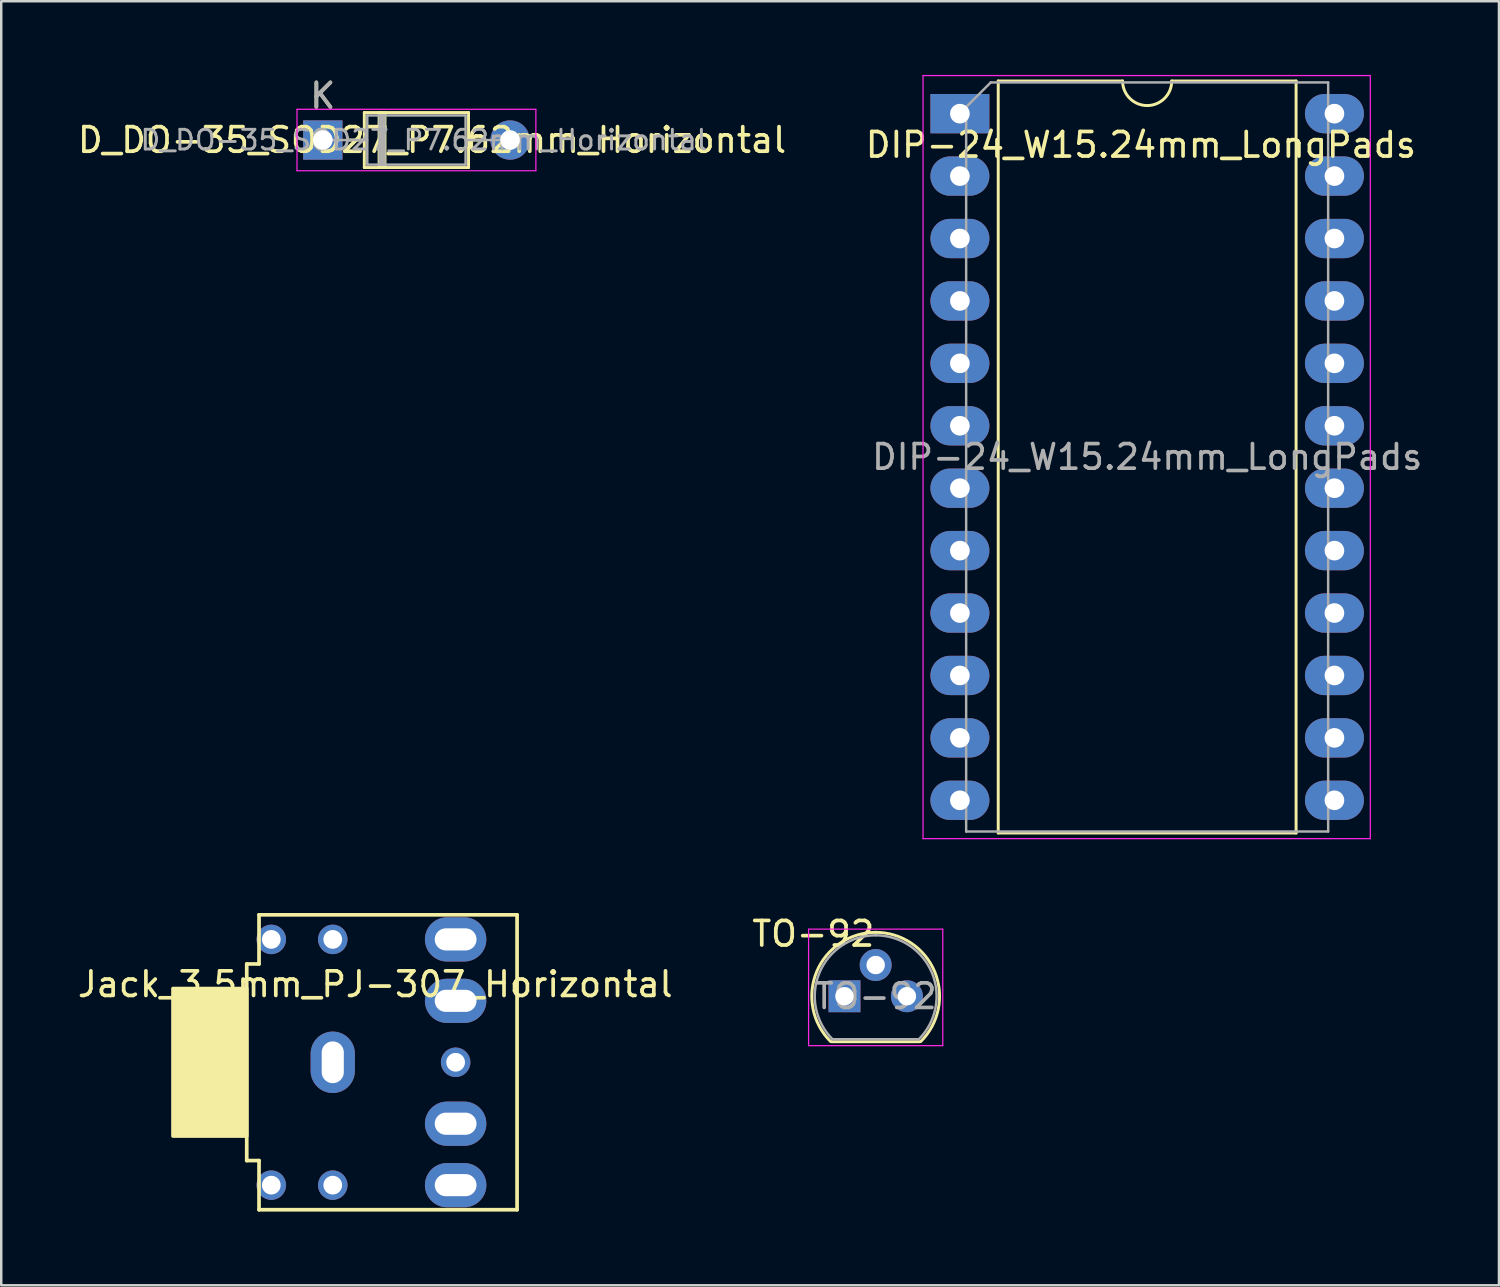
<source format=kicad_pcb>
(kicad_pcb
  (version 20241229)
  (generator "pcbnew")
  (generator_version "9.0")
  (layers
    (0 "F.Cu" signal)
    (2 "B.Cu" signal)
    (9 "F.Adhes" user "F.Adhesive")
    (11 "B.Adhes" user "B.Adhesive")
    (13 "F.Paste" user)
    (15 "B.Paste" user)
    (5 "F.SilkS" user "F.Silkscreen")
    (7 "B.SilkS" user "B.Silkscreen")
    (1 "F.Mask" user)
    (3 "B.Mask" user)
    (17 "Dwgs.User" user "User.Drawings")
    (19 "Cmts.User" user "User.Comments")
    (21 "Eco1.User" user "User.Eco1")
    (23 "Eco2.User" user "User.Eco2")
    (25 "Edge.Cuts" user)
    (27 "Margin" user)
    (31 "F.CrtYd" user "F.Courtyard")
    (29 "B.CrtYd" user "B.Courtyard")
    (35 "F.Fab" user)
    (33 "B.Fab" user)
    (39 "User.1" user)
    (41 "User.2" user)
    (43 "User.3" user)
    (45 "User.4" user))
  (footprint "TO-92"
    (layer "F.Cu")
    (at 31.312 37.488)
    (property "Reference" "TO-92" (at -1.27 -2.54 0) (layer "F.SilkS") (effects (font (size 1 1) (thickness 0.15))))
    (attr through_hole)
    (fp_line (start -0.53 1.85) (end 3.07 1.85) (stroke (width 0.12) (type solid)) (layer "F.SilkS"))
    (fp_arc (start -0.568478 1.838478) (mid -1.132087 -0.994977) (end 1.27 -2.6) (stroke (width 0.12) (type solid)) (layer "F.SilkS"))
    (fp_arc (start 1.27 -2.6) (mid 3.672087 -0.994977) (end 3.108478 1.838478) (stroke (width 0.12) (type solid)) (layer "F.SilkS"))
    (fp_line (start -1.46 -2.73) (end -1.46 2.01) (stroke (width 0.05) (type solid)) (layer "F.CrtYd"))
    (fp_line (start -1.46 -2.73) (end 4 -2.73) (stroke (width 0.05) (type solid)) (layer "F.CrtYd"))
    (fp_line (start 4 2.01) (end -1.46 2.01) (stroke (width 0.05) (type solid)) (layer "F.CrtYd"))
    (fp_line (start 4 2.01) (end 4 -2.73) (stroke (width 0.05) (type solid)) (layer "F.CrtYd"))
    (fp_line (start -0.5 1.75) (end 3 1.75) (stroke (width 0.1) (type solid)) (layer "F.Fab"))
    (fp_arc (start -0.483625 1.753625) (mid -1.021221 -0.949055) (end 1.27 -2.48) (stroke (width 0.1) (type solid)) (layer "F.Fab"))
    (fp_arc (start 1.27 -2.48) (mid 3.561221 -0.949055) (end 3.023625 1.753625) (stroke (width 0.1) (type solid)) (layer "F.Fab"))
    (fp_text user "${REFERENCE}" (at 1.27 0 0) (layer "F.Fab") (effects (font (size 1 1) (thickness 0.15))))
    (pad "1" thru_hole rect (at 0 0) (size 1.3 1.3) (drill 0.75) (layers "*.Cu" "*.Mask"))
    (pad "2" thru_hole circle (at 1.27 -1.27) (size 1.3 1.3) (drill 0.75) (layers "*.Cu" "*.Mask"))
    (pad "3" thru_hole circle (at 2.54 0) (size 1.3 1.3) (drill 0.75) (layers "*.Cu" "*.Mask")))
  (footprint "DIP-24_W15.24mm_LongPads"
    (placed yes)
    (layer "F.Cu")
    (at 36.009 1.575)
    (property "Reference" "DIP-24_W15.24mm_LongPads" (at 7.366 1.27 0) (layer "F.SilkS") (effects (font (size 1 1) (thickness 0.15))))
    (attr through_hole)
    (fp_line (start 1.56 -1.33) (end 1.56 29.27) (stroke (width 0.12) (type solid)) (layer "F.SilkS"))
    (fp_line (start 1.56 29.27) (end 13.68 29.27) (stroke (width 0.12) (type solid)) (layer "F.SilkS"))
    (fp_line (start 6.62 -1.33) (end 1.56 -1.33) (stroke (width 0.12) (type solid)) (layer "F.SilkS"))
    (fp_line (start 13.68 -1.33) (end 8.62 -1.33) (stroke (width 0.12) (type solid)) (layer "F.SilkS"))
    (fp_line (start 13.68 29.27) (end 13.68 -1.33) (stroke (width 0.12) (type solid)) (layer "F.SilkS"))
    (fp_arc (start 8.62 -1.33) (mid 7.62 -0.33) (end 6.62 -1.33) (stroke (width 0.12) (type solid)) (layer "F.SilkS"))
    (fp_line (start -1.5 -1.55) (end -1.5 29.5) (stroke (width 0.05) (type solid)) (layer "F.CrtYd"))
    (fp_line (start -1.5 29.5) (end 16.7 29.5) (stroke (width 0.05) (type solid)) (layer "F.CrtYd"))
    (fp_line (start 16.7 -1.55) (end -1.5 -1.55) (stroke (width 0.05) (type solid)) (layer "F.CrtYd"))
    (fp_line (start 16.7 29.5) (end 16.7 -1.55) (stroke (width 0.05) (type solid)) (layer "F.CrtYd"))
    (fp_line (start 0.255 -0.27) (end 1.255 -1.27) (stroke (width 0.1) (type solid)) (layer "F.Fab"))
    (fp_line (start 0.255 29.21) (end 0.255 -0.27) (stroke (width 0.1) (type solid)) (layer "F.Fab"))
    (fp_line (start 1.255 -1.27) (end 14.985 -1.27) (stroke (width 0.1) (type solid)) (layer "F.Fab"))
    (fp_line (start 14.985 -1.27) (end 14.985 29.21) (stroke (width 0.1) (type solid)) (layer "F.Fab"))
    (fp_line (start 14.985 29.21) (end 0.255 29.21) (stroke (width 0.1) (type solid)) (layer "F.Fab"))
    (fp_text user "${REFERENCE}" (at 7.62 13.97 0) (layer "F.Fab") (effects (font (size 1 1) (thickness 0.15))))
    (pad "1" thru_hole rect (at 0 0) (size 2.4 1.6) (drill 0.8) (layers "*.Cu" "*.Mask"))
    (pad "2" thru_hole oval (at 0 2.54) (size 2.4 1.6) (drill 0.8) (layers "*.Cu" "*.Mask"))
    (pad "3" thru_hole oval (at 0 5.08) (size 2.4 1.6) (drill 0.8) (layers "*.Cu" "*.Mask"))
    (pad "4" thru_hole oval (at 0 7.62) (size 2.4 1.6) (drill 0.8) (layers "*.Cu" "*.Mask"))
    (pad "5" thru_hole oval (at 0 10.16) (size 2.4 1.6) (drill 0.8) (layers "*.Cu" "*.Mask"))
    (pad "6" thru_hole oval (at 0 12.7) (size 2.4 1.6) (drill 0.8) (layers "*.Cu" "*.Mask"))
    (pad "7" thru_hole oval (at 0 15.24) (size 2.4 1.6) (drill 0.8) (layers "*.Cu" "*.Mask"))
    (pad "8" thru_hole oval (at 0 17.78) (size 2.4 1.6) (drill 0.8) (layers "*.Cu" "*.Mask"))
    (pad "9" thru_hole oval (at 0 20.32) (size 2.4 1.6) (drill 0.8) (layers "*.Cu" "*.Mask"))
    (pad "10" thru_hole oval (at 0 22.86) (size 2.4 1.6) (drill 0.8) (layers "*.Cu" "*.Mask"))
    (pad "11" thru_hole oval (at 0 25.4) (size 2.4 1.6) (drill 0.8) (layers "*.Cu" "*.Mask"))
    (pad "12" thru_hole oval (at 0 27.94) (size 2.4 1.6) (drill 0.8) (layers "*.Cu" "*.Mask"))
    (pad "13" thru_hole oval (at 15.24 27.94) (size 2.4 1.6) (drill 0.8) (layers "*.Cu" "*.Mask"))
    (pad "14" thru_hole oval (at 15.24 25.4) (size 2.4 1.6) (drill 0.8) (layers "*.Cu" "*.Mask"))
    (pad "15" thru_hole oval (at 15.24 22.86) (size 2.4 1.6) (drill 0.8) (layers "*.Cu" "*.Mask"))
    (pad "16" thru_hole oval (at 15.24 20.32) (size 2.4 1.6) (drill 0.8) (layers "*.Cu" "*.Mask"))
    (pad "17" thru_hole oval (at 15.24 17.78) (size 2.4 1.6) (drill 0.8) (layers "*.Cu" "*.Mask"))
    (pad "18" thru_hole oval (at 15.24 15.24) (size 2.4 1.6) (drill 0.8) (layers "*.Cu" "*.Mask"))
    (pad "19" thru_hole oval (at 15.24 12.7) (size 2.4 1.6) (drill 0.8) (layers "*.Cu" "*.Mask"))
    (pad "20" thru_hole oval (at 15.24 10.16) (size 2.4 1.6) (drill 0.8) (layers "*.Cu" "*.Mask"))
    (pad "21" thru_hole oval (at 15.24 7.62) (size 2.4 1.6) (drill 0.8) (layers "*.Cu" "*.Mask"))
    (pad "22" thru_hole oval (at 15.24 5.08) (size 2.4 1.6) (drill 0.8) (layers "*.Cu" "*.Mask"))
    (pad "23" thru_hole oval (at 15.24 2.54) (size 2.4 1.6) (drill 0.8) (layers "*.Cu" "*.Mask"))
    (pad "24" thru_hole oval (at 15.24 0) (size 2.4 1.6) (drill 0.8) (layers "*.Cu" "*.Mask")))
  (footprint "Jack_3.5mm_PJ-307_Horizontal"
    (layer "F.Cu")
    (at 13.49 40.175)
    (property "Reference" "Jack_3.5mm_PJ-307_Horizontal" (at -1.27 -3.175 180) (layer "F.SilkS") (effects (font (size 1 1) (thickness 0.15))))
    (attr through_hole)
    (fp_line (start -6.5 4) (end -6.5 -4) (stroke (width 0.15) (type solid)) (layer "F.SilkS"))
    (fp_line (start -6 -6) (end -6 -4) (stroke (width 0.15) (type solid)) (layer "F.SilkS"))
    (fp_line (start -6 -6) (end 4.5 -6) (stroke (width 0.15) (type solid)) (layer "F.SilkS"))
    (fp_line (start -6 -4) (end -6.5 -4) (stroke (width 0.15) (type solid)) (layer "F.SilkS"))
    (fp_line (start -6 4) (end -6.5 4) (stroke (width 0.15) (type solid)) (layer "F.SilkS"))
    (fp_line (start -6 6) (end -6 4) (stroke (width 0.15) (type solid)) (layer "F.SilkS"))
    (fp_line (start 4.5 -6) (end 4.5 6) (stroke (width 0.15) (type solid)) (layer "F.SilkS"))
    (fp_line (start 4.5 6) (end -6 6) (stroke (width 0.15) (type solid)) (layer "F.SilkS"))
    (fp_poly (pts (xy -6.5 -3) (xy -6.5 3) (xy -9.5 3) (xy -9.5 -3)) (stroke (width 0.15) (type solid)) (fill yes) (layer "F.SilkS"))
    (pad "" np_thru_hole circle (at -5.5 -5) (size 1.2 1.2) (drill 0.762) (layers "*.Cu" "*.Mask"))
    (pad "" np_thru_hole circle (at -5.5 5) (size 1.2 1.2) (drill 0.762) (layers "*.Cu" "*.Mask"))
    (pad "" np_thru_hole circle (at -3 -5) (size 1.2 1.2) (drill 0.762) (layers "*.Cu" "*.Mask"))
    (pad "" np_thru_hole circle (at -3 5) (size 1.2 1.2) (drill 0.762) (layers "*.Cu" "*.Mask"))
    (pad "" np_thru_hole circle (at 2 0) (size 1.2 1.2) (drill 0.762) (layers "*.Cu" "*.Mask"))
    (pad "R" thru_hole oval (at 2 -5) (size 2.5 1.8) (drill oval 1.7 0.9) (layers "*.Cu" "*.Mask"))
    (pad "RN" thru_hole oval (at 2 -2.5) (size 2.5 1.8) (drill oval 1.7 0.9) (layers "*.Cu" "*.Mask"))
    (pad "S" thru_hole oval (at -3 0 90) (size 2.5 1.8) (drill oval 1.7 0.9) (layers "*.Cu" "*.Mask"))
    (pad "T" thru_hole oval (at 2 5) (size 2.5 1.8) (drill oval 1.7 0.9) (layers "*.Cu" "*.Mask"))
    (pad "TN" thru_hole oval (at 2 2.5) (size 2.5 1.8) (drill oval 1.7 0.9) (layers "*.Cu" "*.Mask")))
  (footprint "D_DO-35_SOD27_P7.62mm_Horizontal"
    (layer "F.Cu")
    (at 10.085 2.648)
    (property "Reference" "D_DO-35_SOD27_P7.62mm_Horizontal" (at 4.445 0 180) (layer "F.SilkS") (effects (font (size 1 1) (thickness 0.15))))
    (attr through_hole)
    (fp_line (start 1.04 0) (end 1.69 0) (stroke (width 0.12) (type solid)) (layer "F.SilkS"))
    (fp_line (start 1.69 -1.12) (end 1.69 1.12) (stroke (width 0.12) (type solid)) (layer "F.SilkS"))
    (fp_line (start 1.69 1.12) (end 5.93 1.12) (stroke (width 0.12) (type solid)) (layer "F.SilkS"))
    (fp_line (start 2.29 -1.12) (end 2.29 1.12) (stroke (width 0.12) (type solid)) (layer "F.SilkS"))
    (fp_line (start 2.41 -1.12) (end 2.41 1.12) (stroke (width 0.12) (type solid)) (layer "F.SilkS"))
    (fp_line (start 2.53 -1.12) (end 2.53 1.12) (stroke (width 0.12) (type solid)) (layer "F.SilkS"))
    (fp_line (start 5.93 -1.12) (end 1.69 -1.12) (stroke (width 0.12) (type solid)) (layer "F.SilkS"))
    (fp_line (start 5.93 1.12) (end 5.93 -1.12) (stroke (width 0.12) (type solid)) (layer "F.SilkS"))
    (fp_line (start 6.58 0) (end 5.93 0) (stroke (width 0.12) (type solid)) (layer "F.SilkS"))
    (fp_line (start -1.05 -1.25) (end -1.05 1.25) (stroke (width 0.05) (type solid)) (layer "F.CrtYd"))
    (fp_line (start -1.05 1.25) (end 8.67 1.25) (stroke (width 0.05) (type solid)) (layer "F.CrtYd"))
    (fp_line (start 8.67 -1.25) (end -1.05 -1.25) (stroke (width 0.05) (type solid)) (layer "F.CrtYd"))
    (fp_line (start 8.67 1.25) (end 8.67 -1.25) (stroke (width 0.05) (type solid)) (layer "F.CrtYd"))
    (fp_line (start 0 0) (end 1.81 0) (stroke (width 0.1) (type solid)) (layer "F.Fab"))
    (fp_line (start 1.81 -1) (end 1.81 1) (stroke (width 0.1) (type solid)) (layer "F.Fab"))
    (fp_line (start 1.81 1) (end 5.81 1) (stroke (width 0.1) (type solid)) (layer "F.Fab"))
    (fp_line (start 2.31 -1) (end 2.31 1) (stroke (width 0.1) (type solid)) (layer "F.Fab"))
    (fp_line (start 2.41 -1) (end 2.41 1) (stroke (width 0.1) (type solid)) (layer "F.Fab"))
    (fp_line (start 2.51 -1) (end 2.51 1) (stroke (width 0.1) (type solid)) (layer "F.Fab"))
    (fp_line (start 5.81 -1) (end 1.81 -1) (stroke (width 0.1) (type solid)) (layer "F.Fab"))
    (fp_line (start 5.81 1) (end 5.81 -1) (stroke (width 0.1) (type solid)) (layer "F.Fab"))
    (fp_line (start 7.62 0) (end 5.81 0) (stroke (width 0.1) (type solid)) (layer "F.Fab"))
    (fp_text user "K" (at 0 -1.8 180) (layer "F.SilkS") (effects (font (size 1 1) (thickness 0.15))))
    (fp_text user "K" (at 0 -1.8 180) (layer "F.Fab") (effects (font (size 1 1) (thickness 0.15))))
    (fp_text user "${REFERENCE}" (at 4.11 0 180) (layer "F.Fab") (effects (font (size 0.8 0.8) (thickness 0.12))))
    (pad "1" thru_hole rect (at 0 0) (size 1.6 1.6) (drill 0.8) (layers "*.Cu" "*.Mask"))
    (pad "2" thru_hole oval (at 7.62 0) (size 1.6 1.6) (drill 0.8) (layers "*.Cu" "*.Mask")))
  (gr_rect
    (start -3 -3)
    (end 57.944 49.25)
    (stroke (width 0.1) (type default))
    (fill no)
    (layer "Edge.Cuts")))
</source>
